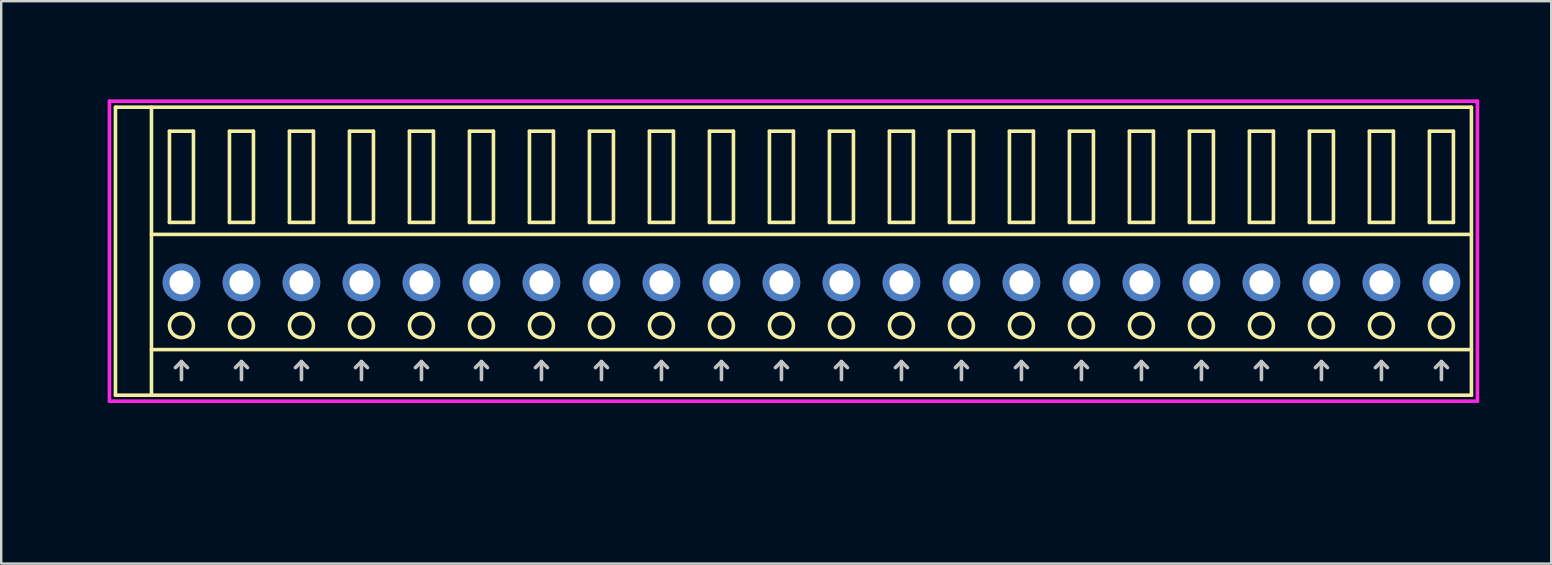
<source format=kicad_pcb>
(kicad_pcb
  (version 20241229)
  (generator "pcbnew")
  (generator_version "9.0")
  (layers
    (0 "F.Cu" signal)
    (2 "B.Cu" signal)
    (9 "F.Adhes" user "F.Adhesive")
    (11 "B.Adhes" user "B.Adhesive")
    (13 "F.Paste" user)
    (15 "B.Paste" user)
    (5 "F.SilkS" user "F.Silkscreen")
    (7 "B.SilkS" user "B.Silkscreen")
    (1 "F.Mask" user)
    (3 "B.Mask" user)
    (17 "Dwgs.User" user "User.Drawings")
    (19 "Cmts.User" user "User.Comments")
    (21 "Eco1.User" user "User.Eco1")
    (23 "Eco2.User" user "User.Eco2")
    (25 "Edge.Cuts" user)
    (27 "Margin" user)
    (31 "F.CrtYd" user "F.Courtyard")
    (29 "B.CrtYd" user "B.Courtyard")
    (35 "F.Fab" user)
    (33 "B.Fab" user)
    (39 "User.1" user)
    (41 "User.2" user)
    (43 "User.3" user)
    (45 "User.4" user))
  (footprint "COMBICON_HDR250P22"
    (layer "F.Cu")
    (at 30.761 8.717)
    (property "Reference" "COMBICON_HDR250P22" (at -30 0 90) (layer "User.1") (effects (font (size 1 1) (thickness 0.1))))
    (attr through_hole)
    (fp_line (start -29 -7.3) (end -29 4.7) (stroke (width 0.15) (type solid)) (layer "F.SilkS"))
    (fp_line (start -29 4.7) (end 27.5 4.7) (stroke (width 0.15) (type solid)) (layer "F.SilkS"))
    (fp_line (start -27.5 -2) (end 27.5 -2) (stroke (width 0.15) (type solid)) (layer "F.SilkS"))
    (fp_line (start -27.5 2.8) (end 27.5 2.8) (stroke (width 0.15) (type solid)) (layer "F.SilkS"))
    (fp_line (start -27.5 4.7) (end -27.5 -7.3) (stroke (width 0.15) (type solid)) (layer "F.SilkS"))
    (fp_line (start -26.75 -6.3) (end -26.75 -2.5) (stroke (width 0.15) (type solid)) (layer "F.SilkS"))
    (fp_line (start -26.75 -2.5) (end -25.75 -2.5) (stroke (width 0.15) (type solid)) (layer "F.SilkS"))
    (fp_line (start -25.75 -6.3) (end -26.75 -6.3) (stroke (width 0.15) (type solid)) (layer "F.SilkS"))
    (fp_line (start -25.75 -2.5) (end -25.75 -6.3) (stroke (width 0.15) (type solid)) (layer "F.SilkS"))
    (fp_line (start -24.25 -6.3) (end -24.25 -2.5) (stroke (width 0.15) (type solid)) (layer "F.SilkS"))
    (fp_line (start -24.25 -2.5) (end -23.25 -2.5) (stroke (width 0.15) (type solid)) (layer "F.SilkS"))
    (fp_line (start -23.25 -6.3) (end -24.25 -6.3) (stroke (width 0.15) (type solid)) (layer "F.SilkS"))
    (fp_line (start -23.25 -2.5) (end -23.25 -6.3) (stroke (width 0.15) (type solid)) (layer "F.SilkS"))
    (fp_line (start -21.75 -6.3) (end -21.75 -2.5) (stroke (width 0.15) (type solid)) (layer "F.SilkS"))
    (fp_line (start -21.75 -2.5) (end -20.75 -2.5) (stroke (width 0.15) (type solid)) (layer "F.SilkS"))
    (fp_line (start -20.75 -6.3) (end -21.75 -6.3) (stroke (width 0.15) (type solid)) (layer "F.SilkS"))
    (fp_line (start -20.75 -2.5) (end -20.75 -6.3) (stroke (width 0.15) (type solid)) (layer "F.SilkS"))
    (fp_line (start -19.25 -6.3) (end -19.25 -2.5) (stroke (width 0.15) (type solid)) (layer "F.SilkS"))
    (fp_line (start -19.25 -2.5) (end -18.25 -2.5) (stroke (width 0.15) (type solid)) (layer "F.SilkS"))
    (fp_line (start -18.25 -6.3) (end -19.25 -6.3) (stroke (width 0.15) (type solid)) (layer "F.SilkS"))
    (fp_line (start -18.25 -2.5) (end -18.25 -6.3) (stroke (width 0.15) (type solid)) (layer "F.SilkS"))
    (fp_line (start -16.75 -6.3) (end -16.75 -2.5) (stroke (width 0.15) (type solid)) (layer "F.SilkS"))
    (fp_line (start -16.75 -2.5) (end -15.75 -2.5) (stroke (width 0.15) (type solid)) (layer "F.SilkS"))
    (fp_line (start -15.75 -6.3) (end -16.75 -6.3) (stroke (width 0.15) (type solid)) (layer "F.SilkS"))
    (fp_line (start -15.75 -2.5) (end -15.75 -6.3) (stroke (width 0.15) (type solid)) (layer "F.SilkS"))
    (fp_line (start -14.25 -6.3) (end -14.25 -2.5) (stroke (width 0.15) (type solid)) (layer "F.SilkS"))
    (fp_line (start -14.25 -2.5) (end -13.25 -2.5) (stroke (width 0.15) (type solid)) (layer "F.SilkS"))
    (fp_line (start -13.25 -6.3) (end -14.25 -6.3) (stroke (width 0.15) (type solid)) (layer "F.SilkS"))
    (fp_line (start -13.25 -2.5) (end -13.25 -6.3) (stroke (width 0.15) (type solid)) (layer "F.SilkS"))
    (fp_line (start -11.75 -6.3) (end -11.75 -2.5) (stroke (width 0.15) (type solid)) (layer "F.SilkS"))
    (fp_line (start -11.75 -2.5) (end -10.75 -2.5) (stroke (width 0.15) (type solid)) (layer "F.SilkS"))
    (fp_line (start -10.75 -6.3) (end -11.75 -6.3) (stroke (width 0.15) (type solid)) (layer "F.SilkS"))
    (fp_line (start -10.75 -2.5) (end -10.75 -6.3) (stroke (width 0.15) (type solid)) (layer "F.SilkS"))
    (fp_line (start -9.25 -6.3) (end -9.25 -2.5) (stroke (width 0.15) (type solid)) (layer "F.SilkS"))
    (fp_line (start -9.25 -2.5) (end -8.25 -2.5) (stroke (width 0.15) (type solid)) (layer "F.SilkS"))
    (fp_line (start -8.25 -6.3) (end -9.25 -6.3) (stroke (width 0.15) (type solid)) (layer "F.SilkS"))
    (fp_line (start -8.25 -2.5) (end -8.25 -6.3) (stroke (width 0.15) (type solid)) (layer "F.SilkS"))
    (fp_line (start -6.75 -6.3) (end -6.75 -2.5) (stroke (width 0.15) (type solid)) (layer "F.SilkS"))
    (fp_line (start -6.75 -2.5) (end -5.75 -2.5) (stroke (width 0.15) (type solid)) (layer "F.SilkS"))
    (fp_line (start -5.75 -6.3) (end -6.75 -6.3) (stroke (width 0.15) (type solid)) (layer "F.SilkS"))
    (fp_line (start -5.75 -2.5) (end -5.75 -6.3) (stroke (width 0.15) (type solid)) (layer "F.SilkS"))
    (fp_line (start -4.25 -6.3) (end -4.25 -2.5) (stroke (width 0.15) (type solid)) (layer "F.SilkS"))
    (fp_line (start -4.25 -2.5) (end -3.25 -2.5) (stroke (width 0.15) (type solid)) (layer "F.SilkS"))
    (fp_line (start -3.25 -6.3) (end -4.25 -6.3) (stroke (width 0.15) (type solid)) (layer "F.SilkS"))
    (fp_line (start -3.25 -2.5) (end -3.25 -6.3) (stroke (width 0.15) (type solid)) (layer "F.SilkS"))
    (fp_line (start -1.75 -6.3) (end -1.75 -2.5) (stroke (width 0.15) (type solid)) (layer "F.SilkS"))
    (fp_line (start -1.75 -2.5) (end -0.75 -2.5) (stroke (width 0.15) (type solid)) (layer "F.SilkS"))
    (fp_line (start -0.75 -6.3) (end -1.75 -6.3) (stroke (width 0.15) (type solid)) (layer "F.SilkS"))
    (fp_line (start -0.75 -2.5) (end -0.75 -6.3) (stroke (width 0.15) (type solid)) (layer "F.SilkS"))
    (fp_line (start 0.75 -6.3) (end 0.75 -2.5) (stroke (width 0.15) (type solid)) (layer "F.SilkS"))
    (fp_line (start 0.75 -2.5) (end 1.75 -2.5) (stroke (width 0.15) (type solid)) (layer "F.SilkS"))
    (fp_line (start 1.75 -6.3) (end 0.75 -6.3) (stroke (width 0.15) (type solid)) (layer "F.SilkS"))
    (fp_line (start 1.75 -2.5) (end 1.75 -6.3) (stroke (width 0.15) (type solid)) (layer "F.SilkS"))
    (fp_line (start 3.25 -6.3) (end 3.25 -2.5) (stroke (width 0.15) (type solid)) (layer "F.SilkS"))
    (fp_line (start 3.25 -2.5) (end 4.25 -2.5) (stroke (width 0.15) (type solid)) (layer "F.SilkS"))
    (fp_line (start 4.25 -6.3) (end 3.25 -6.3) (stroke (width 0.15) (type solid)) (layer "F.SilkS"))
    (fp_line (start 4.25 -2.5) (end 4.25 -6.3) (stroke (width 0.15) (type solid)) (layer "F.SilkS"))
    (fp_line (start 5.75 -6.3) (end 5.75 -2.5) (stroke (width 0.15) (type solid)) (layer "F.SilkS"))
    (fp_line (start 5.75 -2.5) (end 6.75 -2.5) (stroke (width 0.15) (type solid)) (layer "F.SilkS"))
    (fp_line (start 6.75 -6.3) (end 5.75 -6.3) (stroke (width 0.15) (type solid)) (layer "F.SilkS"))
    (fp_line (start 6.75 -2.5) (end 6.75 -6.3) (stroke (width 0.15) (type solid)) (layer "F.SilkS"))
    (fp_line (start 8.25 -6.3) (end 8.25 -2.5) (stroke (width 0.15) (type solid)) (layer "F.SilkS"))
    (fp_line (start 8.25 -2.5) (end 9.25 -2.5) (stroke (width 0.15) (type solid)) (layer "F.SilkS"))
    (fp_line (start 9.25 -6.3) (end 8.25 -6.3) (stroke (width 0.15) (type solid)) (layer "F.SilkS"))
    (fp_line (start 9.25 -2.5) (end 9.25 -6.3) (stroke (width 0.15) (type solid)) (layer "F.SilkS"))
    (fp_line (start 10.75 -6.3) (end 10.75 -2.5) (stroke (width 0.15) (type solid)) (layer "F.SilkS"))
    (fp_line (start 10.75 -2.5) (end 11.75 -2.5) (stroke (width 0.15) (type solid)) (layer "F.SilkS"))
    (fp_line (start 11.75 -6.3) (end 10.75 -6.3) (stroke (width 0.15) (type solid)) (layer "F.SilkS"))
    (fp_line (start 11.75 -2.5) (end 11.75 -6.3) (stroke (width 0.15) (type solid)) (layer "F.SilkS"))
    (fp_line (start 13.25 -6.3) (end 13.25 -2.5) (stroke (width 0.15) (type solid)) (layer "F.SilkS"))
    (fp_line (start 13.25 -2.5) (end 14.25 -2.5) (stroke (width 0.15) (type solid)) (layer "F.SilkS"))
    (fp_line (start 14.25 -6.3) (end 13.25 -6.3) (stroke (width 0.15) (type solid)) (layer "F.SilkS"))
    (fp_line (start 14.25 -2.5) (end 14.25 -6.3) (stroke (width 0.15) (type solid)) (layer "F.SilkS"))
    (fp_line (start 15.75 -6.3) (end 15.75 -2.5) (stroke (width 0.15) (type solid)) (layer "F.SilkS"))
    (fp_line (start 15.75 -2.5) (end 16.75 -2.5) (stroke (width 0.15) (type solid)) (layer "F.SilkS"))
    (fp_line (start 16.75 -6.3) (end 15.75 -6.3) (stroke (width 0.15) (type solid)) (layer "F.SilkS"))
    (fp_line (start 16.75 -2.5) (end 16.75 -6.3) (stroke (width 0.15) (type solid)) (layer "F.SilkS"))
    (fp_line (start 18.25 -6.3) (end 18.25 -2.5) (stroke (width 0.15) (type solid)) (layer "F.SilkS"))
    (fp_line (start 18.25 -2.5) (end 19.25 -2.5) (stroke (width 0.15) (type solid)) (layer "F.SilkS"))
    (fp_line (start 19.25 -6.3) (end 18.25 -6.3) (stroke (width 0.15) (type solid)) (layer "F.SilkS"))
    (fp_line (start 19.25 -2.5) (end 19.25 -6.3) (stroke (width 0.15) (type solid)) (layer "F.SilkS"))
    (fp_line (start 20.75 -6.3) (end 20.75 -2.5) (stroke (width 0.15) (type solid)) (layer "F.SilkS"))
    (fp_line (start 20.75 -2.5) (end 21.75 -2.5) (stroke (width 0.15) (type solid)) (layer "F.SilkS"))
    (fp_line (start 21.75 -6.3) (end 20.75 -6.3) (stroke (width 0.15) (type solid)) (layer "F.SilkS"))
    (fp_line (start 21.75 -2.5) (end 21.75 -6.3) (stroke (width 0.15) (type solid)) (layer "F.SilkS"))
    (fp_line (start 23.25 -6.3) (end 23.25 -2.5) (stroke (width 0.15) (type solid)) (layer "F.SilkS"))
    (fp_line (start 23.25 -2.5) (end 24.25 -2.5) (stroke (width 0.15) (type solid)) (layer "F.SilkS"))
    (fp_line (start 24.25 -6.3) (end 23.25 -6.3) (stroke (width 0.15) (type solid)) (layer "F.SilkS"))
    (fp_line (start 24.25 -2.5) (end 24.25 -6.3) (stroke (width 0.15) (type solid)) (layer "F.SilkS"))
    (fp_line (start 25.75 -6.3) (end 25.75 -2.5) (stroke (width 0.15) (type solid)) (layer "F.SilkS"))
    (fp_line (start 25.75 -2.5) (end 26.75 -2.5) (stroke (width 0.15) (type solid)) (layer "F.SilkS"))
    (fp_line (start 26.75 -6.3) (end 25.75 -6.3) (stroke (width 0.15) (type solid)) (layer "F.SilkS"))
    (fp_line (start 26.75 -2.5) (end 26.75 -6.3) (stroke (width 0.15) (type solid)) (layer "F.SilkS"))
    (fp_line (start 27.5 -7.3) (end -29 -7.3) (stroke (width 0.15) (type solid)) (layer "F.SilkS"))
    (fp_line (start 27.5 4.7) (end 27.5 -7.3) (stroke (width 0.15) (type solid)) (layer "F.SilkS"))
    (fp_circle (center -26.25 1.8) (end -25.75 1.8) (stroke (width 0.15) (type solid)) (fill no) (layer "F.SilkS"))
    (fp_circle (center -23.75 1.8) (end -23.25 1.8) (stroke (width 0.15) (type solid)) (fill no) (layer "F.SilkS"))
    (fp_circle (center -21.25 1.8) (end -20.75 1.8) (stroke (width 0.15) (type solid)) (fill no) (layer "F.SilkS"))
    (fp_circle (center -18.75 1.8) (end -18.25 1.8) (stroke (width 0.15) (type solid)) (fill no) (layer "F.SilkS"))
    (fp_circle (center -16.25 1.8) (end -15.75 1.8) (stroke (width 0.15) (type solid)) (fill no) (layer "F.SilkS"))
    (fp_circle (center -13.75 1.8) (end -13.25 1.8) (stroke (width 0.15) (type solid)) (fill no) (layer "F.SilkS"))
    (fp_circle (center -11.25 1.8) (end -10.75 1.8) (stroke (width 0.15) (type solid)) (fill no) (layer "F.SilkS"))
    (fp_circle (center -8.75 1.8) (end -8.25 1.8) (stroke (width 0.15) (type solid)) (fill no) (layer "F.SilkS"))
    (fp_circle (center -6.25 1.8) (end -5.75 1.8) (stroke (width 0.15) (type solid)) (fill no) (layer "F.SilkS"))
    (fp_circle (center -3.75 1.8) (end -3.25 1.8) (stroke (width 0.15) (type solid)) (fill no) (layer "F.SilkS"))
    (fp_circle (center -1.25 1.8) (end -0.75 1.8) (stroke (width 0.15) (type solid)) (fill no) (layer "F.SilkS"))
    (fp_circle (center 1.25 1.8) (end 1.75 1.8) (stroke (width 0.15) (type solid)) (fill no) (layer "F.SilkS"))
    (fp_circle (center 3.75 1.8) (end 4.25 1.8) (stroke (width 0.15) (type solid)) (fill no) (layer "F.SilkS"))
    (fp_circle (center 6.25 1.8) (end 6.75 1.8) (stroke (width 0.15) (type solid)) (fill no) (layer "F.SilkS"))
    (fp_circle (center 8.75 1.8) (end 9.25 1.8) (stroke (width 0.15) (type solid)) (fill no) (layer "F.SilkS"))
    (fp_circle (center 11.25 1.8) (end 11.75 1.8) (stroke (width 0.15) (type solid)) (fill no) (layer "F.SilkS"))
    (fp_circle (center 13.75 1.8) (end 14.25 1.8) (stroke (width 0.15) (type solid)) (fill no) (layer "F.SilkS"))
    (fp_circle (center 16.25 1.8) (end 16.75 1.8) (stroke (width 0.15) (type solid)) (fill no) (layer "F.SilkS"))
    (fp_circle (center 18.75 1.8) (end 19.25 1.8) (stroke (width 0.15) (type solid)) (fill no) (layer "F.SilkS"))
    (fp_circle (center 21.25 1.8) (end 21.75 1.8) (stroke (width 0.15) (type solid)) (fill no) (layer "F.SilkS"))
    (fp_circle (center 23.75 1.8) (end 24.25 1.8) (stroke (width 0.15) (type solid)) (fill no) (layer "F.SilkS"))
    (fp_circle (center 26.25 1.8) (end 26.75 1.8) (stroke (width 0.15) (type solid)) (fill no) (layer "F.SilkS"))
    (fp_line (start -26.5 3.55) (end -26.25 3.3) (stroke (width 0.15) (type solid)) (layer "Dwgs.User"))
    (fp_line (start -26.25 4.05) (end -26.25 3.3) (stroke (width 0.15) (type solid)) (layer "Dwgs.User"))
    (fp_line (start -26 3.55) (end -26.25 3.3) (stroke (width 0.15) (type solid)) (layer "Dwgs.User"))
    (fp_line (start -24 3.55) (end -23.75 3.3) (stroke (width 0.15) (type solid)) (layer "Dwgs.User"))
    (fp_line (start -23.75 4.05) (end -23.75 3.3) (stroke (width 0.15) (type solid)) (layer "Dwgs.User"))
    (fp_line (start -23.5 3.55) (end -23.75 3.3) (stroke (width 0.15) (type solid)) (layer "Dwgs.User"))
    (fp_line (start -21.5 3.55) (end -21.25 3.3) (stroke (width 0.15) (type solid)) (layer "Dwgs.User"))
    (fp_line (start -21.25 4.05) (end -21.25 3.3) (stroke (width 0.15) (type solid)) (layer "Dwgs.User"))
    (fp_line (start -21 3.55) (end -21.25 3.3) (stroke (width 0.15) (type solid)) (layer "Dwgs.User"))
    (fp_line (start -19 3.55) (end -18.75 3.3) (stroke (width 0.15) (type solid)) (layer "Dwgs.User"))
    (fp_line (start -18.75 4.05) (end -18.75 3.3) (stroke (width 0.15) (type solid)) (layer "Dwgs.User"))
    (fp_line (start -18.5 3.55) (end -18.75 3.3) (stroke (width 0.15) (type solid)) (layer "Dwgs.User"))
    (fp_line (start -16.5 3.55) (end -16.25 3.3) (stroke (width 0.15) (type solid)) (layer "Dwgs.User"))
    (fp_line (start -16.25 4.05) (end -16.25 3.3) (stroke (width 0.15) (type solid)) (layer "Dwgs.User"))
    (fp_line (start -16 3.55) (end -16.25 3.3) (stroke (width 0.15) (type solid)) (layer "Dwgs.User"))
    (fp_line (start -14 3.55) (end -13.75 3.3) (stroke (width 0.15) (type solid)) (layer "Dwgs.User"))
    (fp_line (start -13.75 4.05) (end -13.75 3.3) (stroke (width 0.15) (type solid)) (layer "Dwgs.User"))
    (fp_line (start -13.5 3.55) (end -13.75 3.3) (stroke (width 0.15) (type solid)) (layer "Dwgs.User"))
    (fp_line (start -11.5 3.55) (end -11.25 3.3) (stroke (width 0.15) (type solid)) (layer "Dwgs.User"))
    (fp_line (start -11.25 4.05) (end -11.25 3.3) (stroke (width 0.15) (type solid)) (layer "Dwgs.User"))
    (fp_line (start -11 3.55) (end -11.25 3.3) (stroke (width 0.15) (type solid)) (layer "Dwgs.User"))
    (fp_line (start -9 3.55) (end -8.75 3.3) (stroke (width 0.15) (type solid)) (layer "Dwgs.User"))
    (fp_line (start -8.75 4.05) (end -8.75 3.3) (stroke (width 0.15) (type solid)) (layer "Dwgs.User"))
    (fp_line (start -8.5 3.55) (end -8.75 3.3) (stroke (width 0.15) (type solid)) (layer "Dwgs.User"))
    (fp_line (start -6.5 3.55) (end -6.25 3.3) (stroke (width 0.15) (type solid)) (layer "Dwgs.User"))
    (fp_line (start -6.25 4.05) (end -6.25 3.3) (stroke (width 0.15) (type solid)) (layer "Dwgs.User"))
    (fp_line (start -6 3.55) (end -6.25 3.3) (stroke (width 0.15) (type solid)) (layer "Dwgs.User"))
    (fp_line (start -4 3.55) (end -3.75 3.3) (stroke (width 0.15) (type solid)) (layer "Dwgs.User"))
    (fp_line (start -3.75 4.05) (end -3.75 3.3) (stroke (width 0.15) (type solid)) (layer "Dwgs.User"))
    (fp_line (start -3.5 3.55) (end -3.75 3.3) (stroke (width 0.15) (type solid)) (layer "Dwgs.User"))
    (fp_line (start -1.5 3.55) (end -1.25 3.3) (stroke (width 0.15) (type solid)) (layer "Dwgs.User"))
    (fp_line (start -1.25 4.05) (end -1.25 3.3) (stroke (width 0.15) (type solid)) (layer "Dwgs.User"))
    (fp_line (start -1 3.55) (end -1.25 3.3) (stroke (width 0.15) (type solid)) (layer "Dwgs.User"))
    (fp_line (start 1 3.55) (end 1.25 3.3) (stroke (width 0.15) (type solid)) (layer "Dwgs.User"))
    (fp_line (start 1.25 4.05) (end 1.25 3.3) (stroke (width 0.15) (type solid)) (layer "Dwgs.User"))
    (fp_line (start 1.5 3.55) (end 1.25 3.3) (stroke (width 0.15) (type solid)) (layer "Dwgs.User"))
    (fp_line (start 3.5 3.55) (end 3.75 3.3) (stroke (width 0.15) (type solid)) (layer "Dwgs.User"))
    (fp_line (start 3.75 4.05) (end 3.75 3.3) (stroke (width 0.15) (type solid)) (layer "Dwgs.User"))
    (fp_line (start 4 3.55) (end 3.75 3.3) (stroke (width 0.15) (type solid)) (layer "Dwgs.User"))
    (fp_line (start 6 3.55) (end 6.25 3.3) (stroke (width 0.15) (type solid)) (layer "Dwgs.User"))
    (fp_line (start 6.25 4.05) (end 6.25 3.3) (stroke (width 0.15) (type solid)) (layer "Dwgs.User"))
    (fp_line (start 6.5 3.55) (end 6.25 3.3) (stroke (width 0.15) (type solid)) (layer "Dwgs.User"))
    (fp_line (start 8.5 3.55) (end 8.75 3.3) (stroke (width 0.15) (type solid)) (layer "Dwgs.User"))
    (fp_line (start 8.75 4.05) (end 8.75 3.3) (stroke (width 0.15) (type solid)) (layer "Dwgs.User"))
    (fp_line (start 9 3.55) (end 8.75 3.3) (stroke (width 0.15) (type solid)) (layer "Dwgs.User"))
    (fp_line (start 11 3.55) (end 11.25 3.3) (stroke (width 0.15) (type solid)) (layer "Dwgs.User"))
    (fp_line (start 11.25 4.05) (end 11.25 3.3) (stroke (width 0.15) (type solid)) (layer "Dwgs.User"))
    (fp_line (start 11.5 3.55) (end 11.25 3.3) (stroke (width 0.15) (type solid)) (layer "Dwgs.User"))
    (fp_line (start 13.5 3.55) (end 13.75 3.3) (stroke (width 0.15) (type solid)) (layer "Dwgs.User"))
    (fp_line (start 13.75 4.05) (end 13.75 3.3) (stroke (width 0.15) (type solid)) (layer "Dwgs.User"))
    (fp_line (start 14 3.55) (end 13.75 3.3) (stroke (width 0.15) (type solid)) (layer "Dwgs.User"))
    (fp_line (start 16 3.55) (end 16.25 3.3) (stroke (width 0.15) (type solid)) (layer "Dwgs.User"))
    (fp_line (start 16.25 4.05) (end 16.25 3.3) (stroke (width 0.15) (type solid)) (layer "Dwgs.User"))
    (fp_line (start 16.5 3.55) (end 16.25 3.3) (stroke (width 0.15) (type solid)) (layer "Dwgs.User"))
    (fp_line (start 18.5 3.55) (end 18.75 3.3) (stroke (width 0.15) (type solid)) (layer "Dwgs.User"))
    (fp_line (start 18.75 4.05) (end 18.75 3.3) (stroke (width 0.15) (type solid)) (layer "Dwgs.User"))
    (fp_line (start 19 3.55) (end 18.75 3.3) (stroke (width 0.15) (type solid)) (layer "Dwgs.User"))
    (fp_line (start 21 3.55) (end 21.25 3.3) (stroke (width 0.15) (type solid)) (layer "Dwgs.User"))
    (fp_line (start 21.25 4.05) (end 21.25 3.3) (stroke (width 0.15) (type solid)) (layer "Dwgs.User"))
    (fp_line (start 21.5 3.55) (end 21.25 3.3) (stroke (width 0.15) (type solid)) (layer "Dwgs.User"))
    (fp_line (start 23.5 3.55) (end 23.75 3.3) (stroke (width 0.15) (type solid)) (layer "Dwgs.User"))
    (fp_line (start 23.75 4.05) (end 23.75 3.3) (stroke (width 0.15) (type solid)) (layer "Dwgs.User"))
    (fp_line (start 24 3.55) (end 23.75 3.3) (stroke (width 0.15) (type solid)) (layer "Dwgs.User"))
    (fp_line (start 26 3.55) (end 26.25 3.3) (stroke (width 0.15) (type solid)) (layer "Dwgs.User"))
    (fp_line (start 26.25 4.05) (end 26.25 3.3) (stroke (width 0.15) (type solid)) (layer "Dwgs.User"))
    (fp_line (start 26.5 3.55) (end 26.25 3.3) (stroke (width 0.15) (type solid)) (layer "Dwgs.User"))
    (fp_line (start -29.25 -7.55) (end -29.25 4.95) (stroke (width 0.15) (type solid)) (layer "F.CrtYd"))
    (fp_line (start -29.25 4.95) (end 27.75 4.95) (stroke (width 0.15) (type solid)) (layer "F.CrtYd"))
    (fp_line (start 27.75 -7.55) (end -29.25 -7.55) (stroke (width 0.15) (type solid)) (layer "F.CrtYd"))
    (fp_line (start 27.75 4.95) (end 27.75 -7.55) (stroke (width 0.15) (type solid)) (layer "F.CrtYd"))
    (pad "1" thru_hole oval (at -26.25 0) (size 1.57 1.57) (drill 1) (layers "*.Cu" "*.Mask"))
    (pad "2" thru_hole oval (at -23.75 0) (size 1.57 1.57) (drill 1) (layers "*.Cu" "*.Mask"))
    (pad "3" thru_hole oval (at -21.25 0) (size 1.57 1.57) (drill 1) (layers "*.Cu" "*.Mask"))
    (pad "4" thru_hole oval (at -18.75 0) (size 1.57 1.57) (drill 1) (layers "*.Cu" "*.Mask"))
    (pad "5" thru_hole oval (at -16.25 0) (size 1.57 1.57) (drill 1) (layers "*.Cu" "*.Mask"))
    (pad "6" thru_hole oval (at -13.75 0) (size 1.57 1.57) (drill 1) (layers "*.Cu" "*.Mask"))
    (pad "7" thru_hole oval (at -11.25 0) (size 1.57 1.57) (drill 1) (layers "*.Cu" "*.Mask"))
    (pad "8" thru_hole oval (at -8.75 0) (size 1.57 1.57) (drill 1) (layers "*.Cu" "*.Mask"))
    (pad "9" thru_hole oval (at -6.25 0) (size 1.57 1.57) (drill 1) (layers "*.Cu" "*.Mask"))
    (pad "10" thru_hole oval (at -3.75 0) (size 1.57 1.57) (drill 1) (layers "*.Cu" "*.Mask"))
    (pad "11" thru_hole oval (at -1.25 0) (size 1.57 1.57) (drill 1) (layers "*.Cu" "*.Mask"))
    (pad "12" thru_hole oval (at 1.25 0) (size 1.57 1.57) (drill 1) (layers "*.Cu" "*.Mask"))
    (pad "13" thru_hole oval (at 3.75 0) (size 1.57 1.57) (drill 1) (layers "*.Cu" "*.Mask"))
    (pad "14" thru_hole oval (at 6.25 0) (size 1.57 1.57) (drill 1) (layers "*.Cu" "*.Mask"))
    (pad "15" thru_hole oval (at 8.75 0) (size 1.57 1.57) (drill 1) (layers "*.Cu" "*.Mask"))
    (pad "16" thru_hole oval (at 11.25 0) (size 1.57 1.57) (drill 1) (layers "*.Cu" "*.Mask"))
    (pad "17" thru_hole oval (at 13.75 0) (size 1.57 1.57) (drill 1) (layers "*.Cu" "*.Mask"))
    (pad "18" thru_hole oval (at 16.25 0) (size 1.57 1.57) (drill 1) (layers "*.Cu" "*.Mask"))
    (pad "19" thru_hole oval (at 18.75 0) (size 1.57 1.57) (drill 1) (layers "*.Cu" "*.Mask"))
    (pad "20" thru_hole oval (at 21.25 0) (size 1.57 1.57) (drill 1) (layers "*.Cu" "*.Mask"))
    (pad "21" thru_hole oval (at 23.75 0) (size 1.57 1.57) (drill 1) (layers "*.Cu" "*.Mask"))
    (pad "22" thru_hole oval (at 26.25 0) (size 1.57 1.57) (drill 1) (layers "*.Cu" "*.Mask")))
  (gr_rect
    (start -3 -3)
    (end 61.586 20.433)
    (stroke (width 0.1) (type default))
    (fill no)
    (layer "Edge.Cuts")))
</source>
